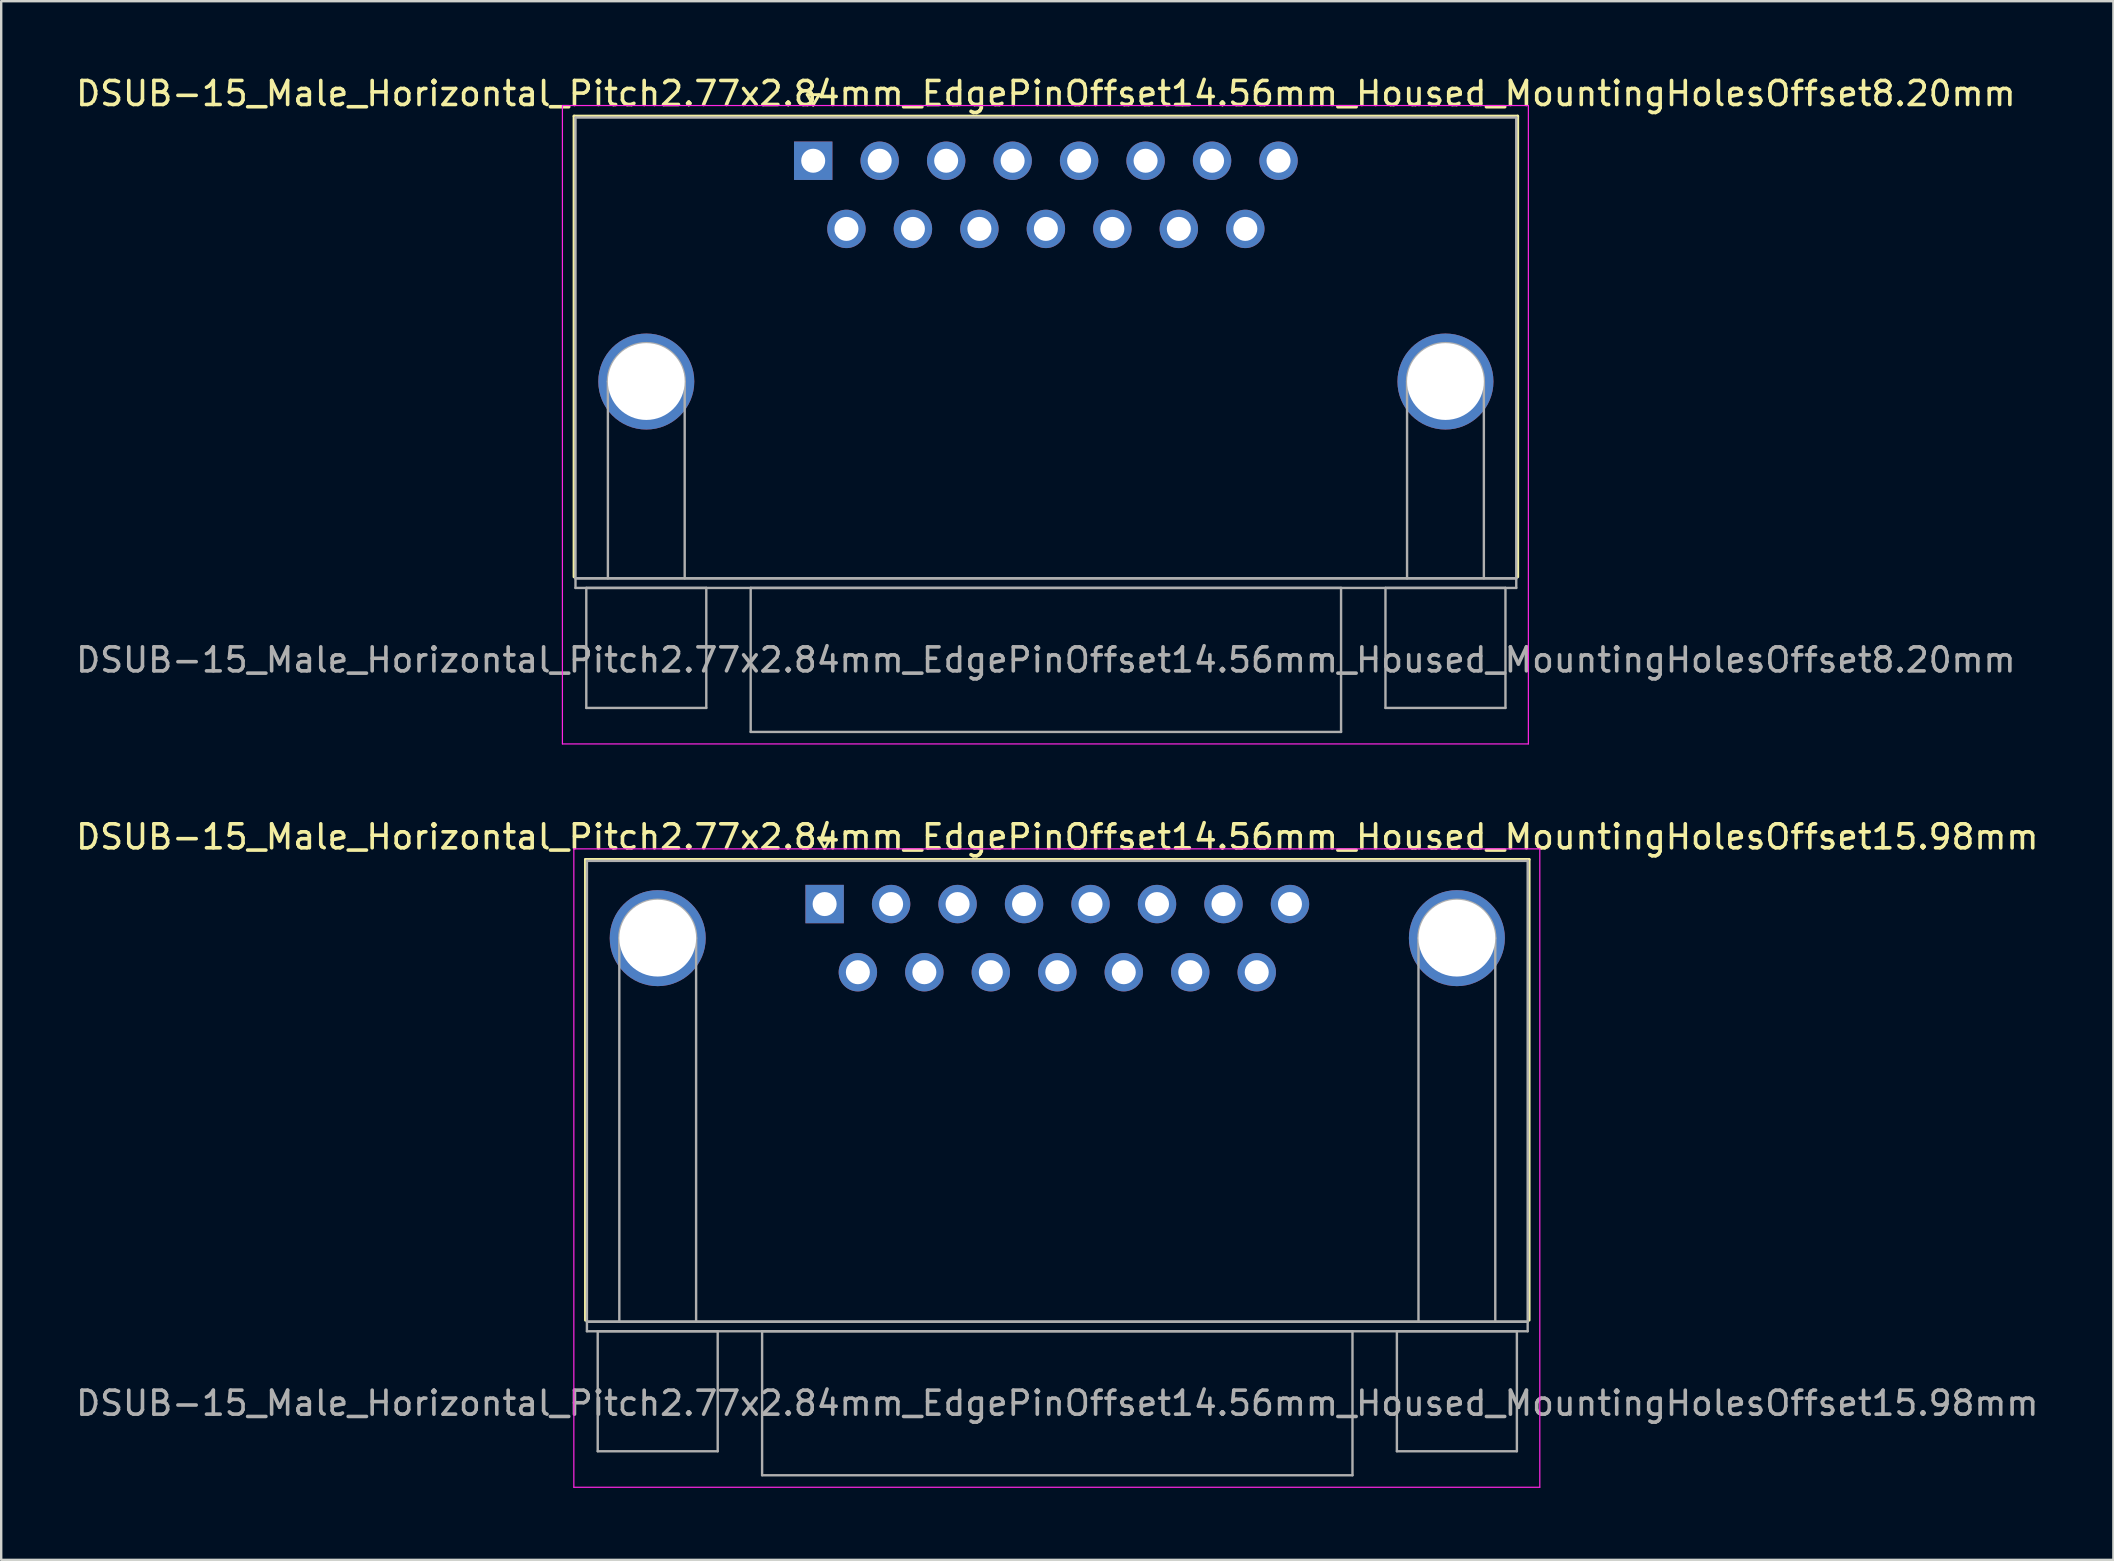
<source format=kicad_pcb>
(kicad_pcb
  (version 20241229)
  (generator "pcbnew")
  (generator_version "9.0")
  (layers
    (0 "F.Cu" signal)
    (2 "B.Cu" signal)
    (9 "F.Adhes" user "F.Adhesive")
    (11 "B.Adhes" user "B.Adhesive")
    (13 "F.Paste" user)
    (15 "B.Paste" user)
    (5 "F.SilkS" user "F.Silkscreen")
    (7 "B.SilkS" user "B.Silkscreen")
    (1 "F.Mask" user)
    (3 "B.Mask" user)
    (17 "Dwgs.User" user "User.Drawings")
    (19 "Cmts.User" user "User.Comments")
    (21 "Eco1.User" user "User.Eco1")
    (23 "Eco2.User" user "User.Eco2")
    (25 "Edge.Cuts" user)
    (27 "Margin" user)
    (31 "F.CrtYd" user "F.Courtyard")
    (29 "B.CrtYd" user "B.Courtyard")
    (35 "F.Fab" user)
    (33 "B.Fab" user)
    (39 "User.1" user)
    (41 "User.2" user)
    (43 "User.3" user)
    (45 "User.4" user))
  (footprint "DSUB-15_Male_Horizontal_Pitch2.77x2.84mm_EdgePinOffset14.56mm_Housed_MountingHolesOffset8.20mm"
    (layer "F.Cu")
    (at 30.835 3.648)
    (property "Reference" "DSUB-15_Male_Horizontal_Pitch2.77x2.84mm_EdgePinOffset14.56mm_Housed_MountingHolesOffset8.20mm" (at 9.695 -2.8 0) (layer "F.SilkS") (effects (font (size 1 1) (thickness 0.15))))
    (attr through_hole)
    (fp_line (start -9.965 -1.86) (end 29.355 -1.86) (stroke (width 0.12) (type solid)) (layer "F.SilkS"))
    (fp_line (start -9.965 17.34) (end -9.965 -1.86) (stroke (width 0.12) (type solid)) (layer "F.SilkS"))
    (fp_line (start -0.25 -2.754) (end 0.25 -2.754) (stroke (width 0.12) (type solid)) (layer "F.SilkS"))
    (fp_line (start 0 -2.321) (end -0.25 -2.754) (stroke (width 0.12) (type solid)) (layer "F.SilkS"))
    (fp_line (start 0.25 -2.754) (end 0 -2.321) (stroke (width 0.12) (type solid)) (layer "F.SilkS"))
    (fp_line (start 29.355 -1.86) (end 29.355 17.34) (stroke (width 0.12) (type solid)) (layer "F.SilkS"))
    (fp_line (start -10.45 -2.3) (end -10.45 24.3) (stroke (width 0.05) (type solid)) (layer "F.CrtYd"))
    (fp_line (start -10.45 24.3) (end 29.8 24.3) (stroke (width 0.05) (type solid)) (layer "F.CrtYd"))
    (fp_line (start 29.8 -2.3) (end -10.45 -2.3) (stroke (width 0.05) (type solid)) (layer "F.CrtYd"))
    (fp_line (start 29.8 24.3) (end 29.8 -2.3) (stroke (width 0.05) (type solid)) (layer "F.CrtYd"))
    (fp_line (start -9.905 -1.8) (end -9.905 17.4) (stroke (width 0.1) (type solid)) (layer "F.Fab"))
    (fp_line (start -9.905 17.4) (end -9.905 17.8) (stroke (width 0.1) (type solid)) (layer "F.Fab"))
    (fp_line (start -9.905 17.4) (end 29.295 17.4) (stroke (width 0.1) (type solid)) (layer "F.Fab"))
    (fp_line (start -9.905 17.8) (end 29.295 17.8) (stroke (width 0.1) (type solid)) (layer "F.Fab"))
    (fp_line (start -9.455 17.8) (end -9.455 22.8) (stroke (width 0.1) (type solid)) (layer "F.Fab"))
    (fp_line (start -9.455 22.8) (end -4.455 22.8) (stroke (width 0.1) (type solid)) (layer "F.Fab"))
    (fp_line (start -8.555 17.4) (end -8.555 9.2) (stroke (width 0.1) (type solid)) (layer "F.Fab"))
    (fp_line (start -5.355 17.4) (end -5.355 9.2) (stroke (width 0.1) (type solid)) (layer "F.Fab"))
    (fp_line (start -4.455 17.8) (end -9.455 17.8) (stroke (width 0.1) (type solid)) (layer "F.Fab"))
    (fp_line (start -4.455 22.8) (end -4.455 17.8) (stroke (width 0.1) (type solid)) (layer "F.Fab"))
    (fp_line (start -2.605 17.8) (end -2.605 23.8) (stroke (width 0.1) (type solid)) (layer "F.Fab"))
    (fp_line (start -2.605 23.8) (end 21.995 23.8) (stroke (width 0.1) (type solid)) (layer "F.Fab"))
    (fp_line (start 21.995 17.8) (end -2.605 17.8) (stroke (width 0.1) (type solid)) (layer "F.Fab"))
    (fp_line (start 21.995 23.8) (end 21.995 17.8) (stroke (width 0.1) (type solid)) (layer "F.Fab"))
    (fp_line (start 23.845 17.8) (end 23.845 22.8) (stroke (width 0.1) (type solid)) (layer "F.Fab"))
    (fp_line (start 23.845 22.8) (end 28.845 22.8) (stroke (width 0.1) (type solid)) (layer "F.Fab"))
    (fp_line (start 24.745 17.4) (end 24.745 9.2) (stroke (width 0.1) (type solid)) (layer "F.Fab"))
    (fp_line (start 27.945 17.4) (end 27.945 9.2) (stroke (width 0.1) (type solid)) (layer "F.Fab"))
    (fp_line (start 28.845 17.8) (end 23.845 17.8) (stroke (width 0.1) (type solid)) (layer "F.Fab"))
    (fp_line (start 28.845 22.8) (end 28.845 17.8) (stroke (width 0.1) (type solid)) (layer "F.Fab"))
    (fp_line (start 29.295 -1.8) (end -9.905 -1.8) (stroke (width 0.1) (type solid)) (layer "F.Fab"))
    (fp_line (start 29.295 17.4) (end -9.905 17.4) (stroke (width 0.1) (type solid)) (layer "F.Fab"))
    (fp_line (start 29.295 17.4) (end 29.295 -1.8) (stroke (width 0.1) (type solid)) (layer "F.Fab"))
    (fp_line (start 29.295 17.8) (end 29.295 17.4) (stroke (width 0.1) (type solid)) (layer "F.Fab"))
    (fp_arc (start -8.555 9.2) (mid -6.955 7.6) (end -5.355 9.2) (stroke (width 0.1) (type solid)) (layer "F.Fab"))
    (fp_arc (start 24.745 9.2) (mid 26.345 7.6) (end 27.945 9.2) (stroke (width 0.1) (type solid)) (layer "F.Fab"))
    (fp_text user "${REFERENCE}" (at 9.695 20.8 0) (layer "F.Fab") (effects (font (size 1 1) (thickness 0.15))))
    (pad "0" thru_hole circle (at -6.955 9.2) (size 4 4) (drill 3.2) (layers "*.Cu" "*.Mask"))
    (pad "0" thru_hole circle (at 26.345 9.2) (size 4 4) (drill 3.2) (layers "*.Cu" "*.Mask"))
    (pad "1" thru_hole rect (at 0 0) (size 1.6 1.6) (drill 1) (layers "*.Cu" "*.Mask"))
    (pad "2" thru_hole circle (at 2.77 0) (size 1.6 1.6) (drill 1) (layers "*.Cu" "*.Mask"))
    (pad "3" thru_hole circle (at 5.54 0) (size 1.6 1.6) (drill 1) (layers "*.Cu" "*.Mask"))
    (pad "4" thru_hole circle (at 8.31 0) (size 1.6 1.6) (drill 1) (layers "*.Cu" "*.Mask"))
    (pad "5" thru_hole circle (at 11.08 0) (size 1.6 1.6) (drill 1) (layers "*.Cu" "*.Mask"))
    (pad "6" thru_hole circle (at 13.85 0) (size 1.6 1.6) (drill 1) (layers "*.Cu" "*.Mask"))
    (pad "7" thru_hole circle (at 16.62 0) (size 1.6 1.6) (drill 1) (layers "*.Cu" "*.Mask"))
    (pad "8" thru_hole circle (at 19.39 0) (size 1.6 1.6) (drill 1) (layers "*.Cu" "*.Mask"))
    (pad "9" thru_hole circle (at 1.385 2.84) (size 1.6 1.6) (drill 1) (layers "*.Cu" "*.Mask"))
    (pad "10" thru_hole circle (at 4.155 2.84) (size 1.6 1.6) (drill 1) (layers "*.Cu" "*.Mask"))
    (pad "11" thru_hole circle (at 6.925 2.84) (size 1.6 1.6) (drill 1) (layers "*.Cu" "*.Mask"))
    (pad "12" thru_hole circle (at 9.695 2.84) (size 1.6 1.6) (drill 1) (layers "*.Cu" "*.Mask"))
    (pad "13" thru_hole circle (at 12.465 2.84) (size 1.6 1.6) (drill 1) (layers "*.Cu" "*.Mask"))
    (pad "14" thru_hole circle (at 15.235 2.84) (size 1.6 1.6) (drill 1) (layers "*.Cu" "*.Mask"))
    (pad "15" thru_hole circle (at 18.005 2.84) (size 1.6 1.6) (drill 1) (layers "*.Cu" "*.Mask")))
  (footprint "DSUB-15_Male_Horizontal_Pitch2.77x2.84mm_EdgePinOffset14.56mm_Housed_MountingHolesOffset15.98mm"
    (layer "F.Cu")
    (at 31.311 34.621)
    (property "Reference" "DSUB-15_Male_Horizontal_Pitch2.77x2.84mm_EdgePinOffset14.56mm_Housed_MountingHolesOffset15.98mm" (at 9.695 -2.8 0) (layer "F.SilkS") (effects (font (size 1 1) (thickness 0.15))))
    (attr through_hole)
    (fp_line (start -9.965 -1.86) (end 29.355 -1.86) (stroke (width 0.12) (type solid)) (layer "F.SilkS"))
    (fp_line (start -9.965 17.34) (end -9.965 -1.86) (stroke (width 0.12) (type solid)) (layer "F.SilkS"))
    (fp_line (start -0.25 -2.754) (end 0.25 -2.754) (stroke (width 0.12) (type solid)) (layer "F.SilkS"))
    (fp_line (start 0 -2.321) (end -0.25 -2.754) (stroke (width 0.12) (type solid)) (layer "F.SilkS"))
    (fp_line (start 0.25 -2.754) (end 0 -2.321) (stroke (width 0.12) (type solid)) (layer "F.SilkS"))
    (fp_line (start 29.355 -1.86) (end 29.355 17.34) (stroke (width 0.12) (type solid)) (layer "F.SilkS"))
    (fp_line (start -10.45 -2.3) (end -10.45 24.3) (stroke (width 0.05) (type solid)) (layer "F.CrtYd"))
    (fp_line (start -10.45 24.3) (end 29.8 24.3) (stroke (width 0.05) (type solid)) (layer "F.CrtYd"))
    (fp_line (start 29.8 -2.3) (end -10.45 -2.3) (stroke (width 0.05) (type solid)) (layer "F.CrtYd"))
    (fp_line (start 29.8 24.3) (end 29.8 -2.3) (stroke (width 0.05) (type solid)) (layer "F.CrtYd"))
    (fp_line (start -9.905 -1.8) (end -9.905 17.4) (stroke (width 0.1) (type solid)) (layer "F.Fab"))
    (fp_line (start -9.905 17.4) (end -9.905 17.8) (stroke (width 0.1) (type solid)) (layer "F.Fab"))
    (fp_line (start -9.905 17.4) (end 29.295 17.4) (stroke (width 0.1) (type solid)) (layer "F.Fab"))
    (fp_line (start -9.905 17.8) (end 29.295 17.8) (stroke (width 0.1) (type solid)) (layer "F.Fab"))
    (fp_line (start -9.455 17.8) (end -9.455 22.8) (stroke (width 0.1) (type solid)) (layer "F.Fab"))
    (fp_line (start -9.455 22.8) (end -4.455 22.8) (stroke (width 0.1) (type solid)) (layer "F.Fab"))
    (fp_line (start -8.555 17.4) (end -8.555 1.42) (stroke (width 0.1) (type solid)) (layer "F.Fab"))
    (fp_line (start -5.355 17.4) (end -5.355 1.42) (stroke (width 0.1) (type solid)) (layer "F.Fab"))
    (fp_line (start -4.455 17.8) (end -9.455 17.8) (stroke (width 0.1) (type solid)) (layer "F.Fab"))
    (fp_line (start -4.455 22.8) (end -4.455 17.8) (stroke (width 0.1) (type solid)) (layer "F.Fab"))
    (fp_line (start -2.605 17.8) (end -2.605 23.8) (stroke (width 0.1) (type solid)) (layer "F.Fab"))
    (fp_line (start -2.605 23.8) (end 21.995 23.8) (stroke (width 0.1) (type solid)) (layer "F.Fab"))
    (fp_line (start 21.995 17.8) (end -2.605 17.8) (stroke (width 0.1) (type solid)) (layer "F.Fab"))
    (fp_line (start 21.995 23.8) (end 21.995 17.8) (stroke (width 0.1) (type solid)) (layer "F.Fab"))
    (fp_line (start 23.845 17.8) (end 23.845 22.8) (stroke (width 0.1) (type solid)) (layer "F.Fab"))
    (fp_line (start 23.845 22.8) (end 28.845 22.8) (stroke (width 0.1) (type solid)) (layer "F.Fab"))
    (fp_line (start 24.745 17.4) (end 24.745 1.42) (stroke (width 0.1) (type solid)) (layer "F.Fab"))
    (fp_line (start 27.945 17.4) (end 27.945 1.42) (stroke (width 0.1) (type solid)) (layer "F.Fab"))
    (fp_line (start 28.845 17.8) (end 23.845 17.8) (stroke (width 0.1) (type solid)) (layer "F.Fab"))
    (fp_line (start 28.845 22.8) (end 28.845 17.8) (stroke (width 0.1) (type solid)) (layer "F.Fab"))
    (fp_line (start 29.295 -1.8) (end -9.905 -1.8) (stroke (width 0.1) (type solid)) (layer "F.Fab"))
    (fp_line (start 29.295 17.4) (end -9.905 17.4) (stroke (width 0.1) (type solid)) (layer "F.Fab"))
    (fp_line (start 29.295 17.4) (end 29.295 -1.8) (stroke (width 0.1) (type solid)) (layer "F.Fab"))
    (fp_line (start 29.295 17.8) (end 29.295 17.4) (stroke (width 0.1) (type solid)) (layer "F.Fab"))
    (fp_arc (start -8.555 1.42) (mid -6.955 -0.18) (end -5.355 1.42) (stroke (width 0.1) (type solid)) (layer "F.Fab"))
    (fp_arc (start 24.745 1.42) (mid 26.345 -0.18) (end 27.945 1.42) (stroke (width 0.1) (type solid)) (layer "F.Fab"))
    (fp_text user "${REFERENCE}" (at 9.695 20.8 0) (layer "F.Fab") (effects (font (size 1 1) (thickness 0.15))))
    (pad "0" thru_hole circle (at -6.955 1.42) (size 4 4) (drill 3.2) (layers "*.Cu" "*.Mask"))
    (pad "0" thru_hole circle (at 26.345 1.42) (size 4 4) (drill 3.2) (layers "*.Cu" "*.Mask"))
    (pad "1" thru_hole rect (at 0 0) (size 1.6 1.6) (drill 1) (layers "*.Cu" "*.Mask"))
    (pad "2" thru_hole circle (at 2.77 0) (size 1.6 1.6) (drill 1) (layers "*.Cu" "*.Mask"))
    (pad "3" thru_hole circle (at 5.54 0) (size 1.6 1.6) (drill 1) (layers "*.Cu" "*.Mask"))
    (pad "4" thru_hole circle (at 8.31 0) (size 1.6 1.6) (drill 1) (layers "*.Cu" "*.Mask"))
    (pad "5" thru_hole circle (at 11.08 0) (size 1.6 1.6) (drill 1) (layers "*.Cu" "*.Mask"))
    (pad "6" thru_hole circle (at 13.85 0) (size 1.6 1.6) (drill 1) (layers "*.Cu" "*.Mask"))
    (pad "7" thru_hole circle (at 16.62 0) (size 1.6 1.6) (drill 1) (layers "*.Cu" "*.Mask"))
    (pad "8" thru_hole circle (at 19.39 0) (size 1.6 1.6) (drill 1) (layers "*.Cu" "*.Mask"))
    (pad "9" thru_hole circle (at 1.385 2.84) (size 1.6 1.6) (drill 1) (layers "*.Cu" "*.Mask"))
    (pad "10" thru_hole circle (at 4.155 2.84) (size 1.6 1.6) (drill 1) (layers "*.Cu" "*.Mask"))
    (pad "11" thru_hole circle (at 6.925 2.84) (size 1.6 1.6) (drill 1) (layers "*.Cu" "*.Mask"))
    (pad "12" thru_hole circle (at 9.695 2.84) (size 1.6 1.6) (drill 1) (layers "*.Cu" "*.Mask"))
    (pad "13" thru_hole circle (at 12.465 2.84) (size 1.6 1.6) (drill 1) (layers "*.Cu" "*.Mask"))
    (pad "14" thru_hole circle (at 15.235 2.84) (size 1.6 1.6) (drill 1) (layers "*.Cu" "*.Mask"))
    (pad "15" thru_hole circle (at 18.005 2.84) (size 1.6 1.6) (drill 1) (layers "*.Cu" "*.Mask")))
  (gr_rect
    (start -3 -3)
    (end 85.012 61.947)
    (stroke (width 0.1) (type default))
    (fill no)
    (layer "Edge.Cuts")))
</source>
